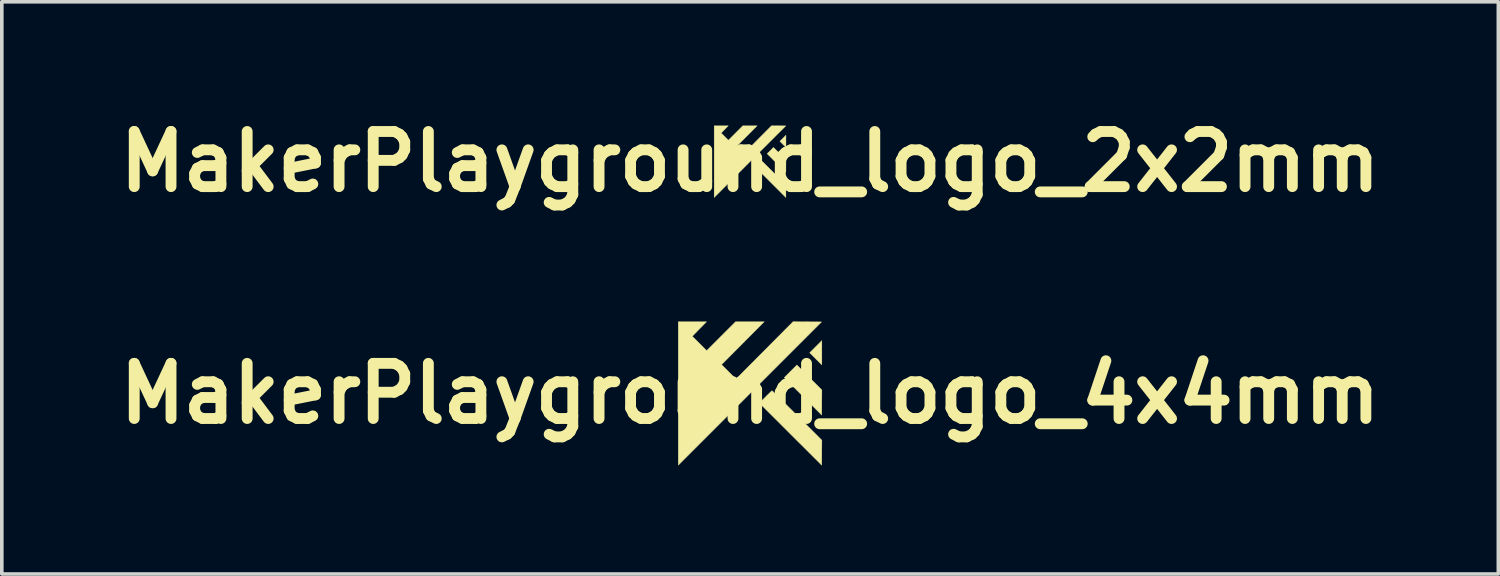
<source format=kicad_pcb>
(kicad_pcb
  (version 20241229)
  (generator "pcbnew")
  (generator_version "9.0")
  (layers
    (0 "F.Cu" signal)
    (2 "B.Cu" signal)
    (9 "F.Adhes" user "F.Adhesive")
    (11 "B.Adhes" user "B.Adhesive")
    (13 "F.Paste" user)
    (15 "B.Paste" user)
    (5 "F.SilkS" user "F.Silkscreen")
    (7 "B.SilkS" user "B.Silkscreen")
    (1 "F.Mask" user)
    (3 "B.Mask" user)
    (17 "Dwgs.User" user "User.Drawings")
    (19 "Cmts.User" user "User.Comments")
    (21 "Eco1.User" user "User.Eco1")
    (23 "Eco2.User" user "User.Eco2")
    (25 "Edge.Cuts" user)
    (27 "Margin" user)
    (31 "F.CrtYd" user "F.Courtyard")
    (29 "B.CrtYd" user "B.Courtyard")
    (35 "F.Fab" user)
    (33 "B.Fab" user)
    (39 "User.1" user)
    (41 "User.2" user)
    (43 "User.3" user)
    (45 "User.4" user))
  (footprint "MakerPlayground_logo_2x2mm"
    (layer "F.Cu")
    (at 17.678 1.418)
    (property "Reference" "MakerPlayground_logo_2x2mm" (at 0 0 0) (layer "F.SilkS") (effects (font (size 1.524 1.524) (thickness 0.3))))
    (attr through_hole)
    (fp_poly (pts (xy 0.992 -0.05) (xy 0.991 0.124) (xy 0.99 0.298) (xy 0.731 0.039) (xy 0.472 -0.22) (xy 0.56 -0.308) (xy 0.647 -0.395) (xy 0.992 -0.05)) (stroke (width 0.01) (type solid)) (fill yes) (layer "F.SilkS"))
    (fp_poly (pts (xy 0.992 -0.565) (xy 0.992 -0.529) (xy 0.992 -0.496) (xy 0.992 -0.466) (xy 0.992 -0.441) (xy 0.992 -0.42) (xy 0.991 -0.406) (xy 0.991 -0.398) (xy 0.991 -0.397) (xy 0.988 -0.4) (xy 0.98 -0.407) (xy 0.968 -0.419) (xy 0.953 -0.434) (xy 0.934 -0.453) (xy 0.914 -0.473) (xy 0.907 -0.48) (xy 0.824 -0.564) (xy 0.908 -0.648) (xy 0.992 -0.732) (xy 0.992 -0.565)) (stroke (width 0.01) (type solid)) (fill yes) (layer "F.SilkS"))
    (fp_poly (pts (xy 0.791 -0.991) (xy 0.988 -0.99) (xy -0.992 0.99) (xy -0.992 -0.992) (xy -0.601 -0.992) (xy -0.647 -0.946) (xy -0.666 -0.926) (xy -0.688 -0.903) (xy -0.712 -0.879) (xy -0.734 -0.856) (xy -0.745 -0.845) (xy -0.798 -0.792) (xy -0.698 -0.693) (xy -0.599 -0.593) (xy -0.4 -0.793) (xy -0.2 -0.992) (xy 0.195 -0.992) (xy -0.099 -0.696) (xy -0.394 -0.4) (xy -0.195 -0.201) (xy 0.199 -0.597) (xy 0.593 -0.993) (xy 0.791 -0.991)) (stroke (width 0.01) (type solid)) (fill yes) (layer "F.SilkS"))
    (fp_poly (pts (xy 0.307 -0.037) (xy 0.315 -0.029) (xy 0.329 -0.016) (xy 0.347 0.002) (xy 0.369 0.023) (xy 0.395 0.049) (xy 0.425 0.079) (xy 0.458 0.111) (xy 0.493 0.147) (xy 0.532 0.185) (xy 0.572 0.225) (xy 0.614 0.267) (xy 0.65 0.303) (xy 0.992 0.645) (xy 0.99 0.99) (xy 0.56 0.561) (xy 0.129 0.131) (xy 0.214 0.046) (xy 0.236 0.024) (xy 0.255 0.005) (xy 0.273 -0.012) (xy 0.287 -0.025) (xy 0.297 -0.035) (xy 0.303 -0.039) (xy 0.304 -0.04) (xy 0.307 -0.037)) (stroke (width 0.01) (type solid)) (fill yes) (layer "F.SilkS")))
  (footprint "MakerPlayground_logo_4x4mm"
    (layer "F.Cu")
    (at 17.678 7.826)
    (property "Reference" "MakerPlayground_logo_4x4mm" (at 0 0 0) (layer "F.SilkS") (effects (font (size 1.524 1.524) (thickness 0.3))))
    (attr through_hole)
    (fp_poly (pts (xy 1.985 -0.099) (xy 1.98 0.595) (xy 1.462 0.077) (xy 0.945 -0.441) (xy 1.119 -0.615) (xy 1.294 -0.79) (xy 1.985 -0.099)) (stroke (width 0.01) (type solid)) (fill yes) (layer "F.SilkS"))
    (fp_poly (pts (xy 1.984 -1.129) (xy 1.984 -1.058) (xy 1.984 -0.992) (xy 1.984 -0.933) (xy 1.984 -0.882) (xy 1.983 -0.841) (xy 1.983 -0.812) (xy 1.983 -0.796) (xy 1.982 -0.794) (xy 1.976 -0.799) (xy 1.961 -0.814) (xy 1.937 -0.838) (xy 1.905 -0.869) (xy 1.869 -0.906) (xy 1.828 -0.946) (xy 1.814 -0.96) (xy 1.647 -1.127) (xy 1.984 -1.464) (xy 1.984 -1.129)) (stroke (width 0.01) (type solid)) (fill yes) (layer "F.SilkS"))
    (fp_poly (pts (xy 1.582 -1.983) (xy 1.976 -1.98) (xy -0.004 -0.000006) (xy -1.984 1.98) (xy -1.984 -1.984) (xy -1.203 -1.984) (xy -1.294 -1.891) (xy -1.332 -1.852) (xy -1.377 -1.807) (xy -1.424 -1.759) (xy -1.468 -1.713) (xy -1.49 -1.691) (xy -1.595 -1.583) (xy -1.199 -1.187) (xy -0.8 -1.586) (xy -0.401 -1.984) (xy 0.391 -1.984) (xy -0.198 -1.392) (xy -0.787 -0.799) (xy -0.588 -0.6) (xy -0.389 -0.401) (xy 0.399 -1.193) (xy 1.187 -1.985) (xy 1.582 -1.983)) (stroke (width 0.01) (type solid)) (fill yes) (layer "F.SilkS"))
    (fp_poly (pts (xy 0.614 -0.074) (xy 0.631 -0.058) (xy 0.658 -0.032) (xy 0.694 0.003) (xy 0.738 0.047) (xy 0.79 0.098) (xy 0.85 0.157) (xy 0.915 0.222) (xy 0.987 0.293) (xy 1.063 0.369) (xy 1.144 0.449) (xy 1.228 0.534) (xy 1.3 0.605) (xy 1.985 1.29) (xy 1.982 1.635) (xy 1.98 1.98) (xy 0.258 0.262) (xy 0.429 0.092) (xy 0.471 0.049) (xy 0.511 0.01) (xy 0.545 -0.023) (xy 0.574 -0.05) (xy 0.594 -0.069) (xy 0.606 -0.079) (xy 0.607 -0.079) (xy 0.614 -0.074)) (stroke (width 0.01) (type solid)) (fill yes) (layer "F.SilkS")))
  (gr_rect
    (start -3 -3)
    (end 38.357 12.812)
    (stroke (width 0.1) (type default))
    (fill no)
    (layer "Edge.Cuts")))
</source>
